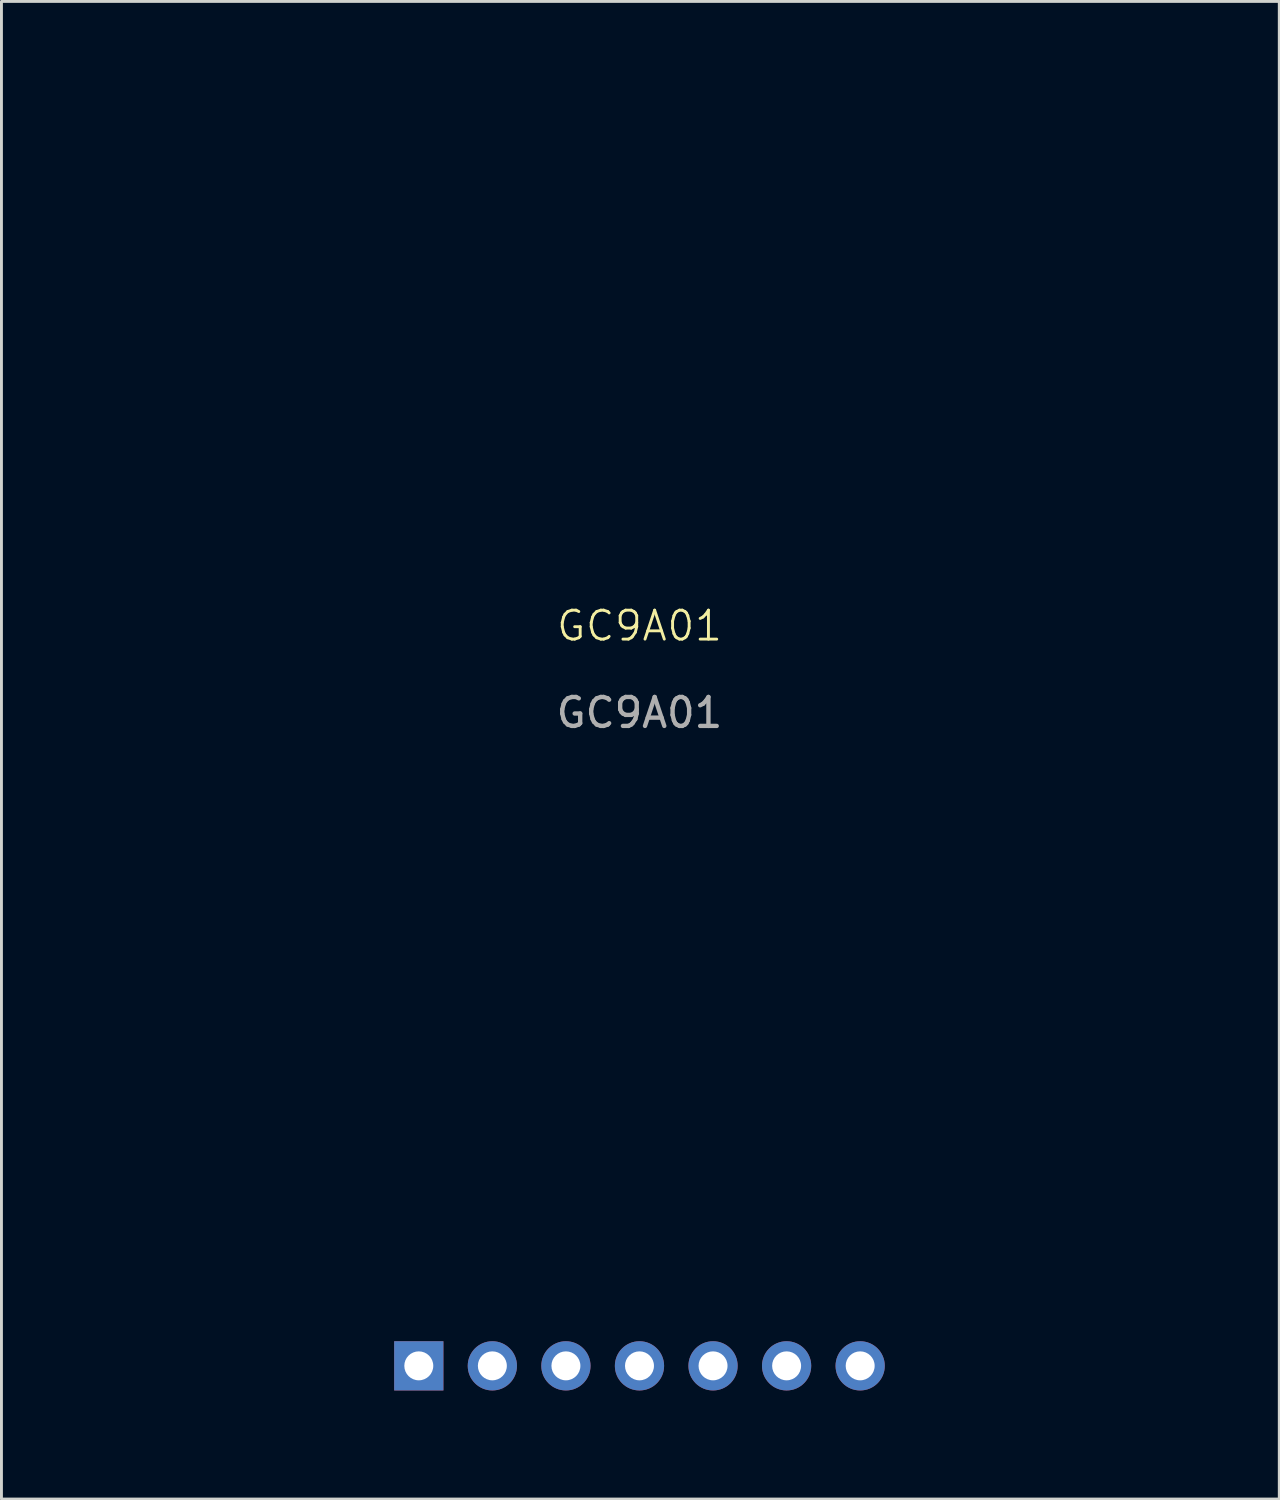
<source format=kicad_pcb>
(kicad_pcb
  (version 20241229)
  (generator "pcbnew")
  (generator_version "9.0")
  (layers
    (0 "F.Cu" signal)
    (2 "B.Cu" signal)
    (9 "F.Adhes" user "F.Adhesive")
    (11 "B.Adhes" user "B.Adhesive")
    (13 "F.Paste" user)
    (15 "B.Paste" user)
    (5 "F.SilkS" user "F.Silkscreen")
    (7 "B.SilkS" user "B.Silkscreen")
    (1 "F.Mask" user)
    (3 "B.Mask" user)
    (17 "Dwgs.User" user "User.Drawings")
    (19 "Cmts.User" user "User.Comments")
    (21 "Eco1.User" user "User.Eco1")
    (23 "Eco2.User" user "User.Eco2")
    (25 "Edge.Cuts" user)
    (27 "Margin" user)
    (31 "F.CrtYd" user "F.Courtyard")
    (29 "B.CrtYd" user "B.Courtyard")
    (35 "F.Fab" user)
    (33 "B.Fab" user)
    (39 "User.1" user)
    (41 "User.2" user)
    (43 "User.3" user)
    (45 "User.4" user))
  (footprint "GC9A01"
    (layer "F.Cu")
    (at 19.03 19.06)
    (property "Reference" "GC9A01" (at 0 -0.5 0) (unlocked yes) (layer "F.SilkS") (effects (font (size 1 1) (thickness 0.1))))
    (attr through_hole)
    (fp_rect (start -10.99 15.58) (end 11.17 26.6) (stroke (width 0.1) (type default)) (fill no) (layer "Eco1.User"))
    (fp_circle (center 0.03 0) (end 19.04 0) (stroke (width 0.1) (type default)) (fill no) (layer "Eco1.User"))
    (fp_text user "${REFERENCE}" (at 0 2.5 0) (unlocked yes) (layer "F.Fab") (effects (font (size 1 1) (thickness 0.15))))
    (pad "1" thru_hole rect (at -7.62 25.05 90) (size 1.7 1.7) (drill 1) (layers "*.Cu" "*.Mask"))
    (pad "2" thru_hole oval (at -5.08 25.05 90) (size 1.7 1.7) (drill 1) (layers "*.Cu" "*.Mask"))
    (pad "3" thru_hole oval (at -2.54 25.05 90) (size 1.7 1.7) (drill 1) (layers "*.Cu" "*.Mask"))
    (pad "4" thru_hole oval (at 0 25.05 90) (size 1.7 1.7) (drill 1) (layers "*.Cu" "*.Mask"))
    (pad "5" thru_hole oval (at 2.54 25.05 90) (size 1.7 1.7) (drill 1) (layers "*.Cu" "*.Mask"))
    (pad "6" thru_hole oval (at 5.08 25.05 90) (size 1.7 1.7) (drill 1) (layers "*.Cu" "*.Mask"))
    (pad "7" thru_hole oval (at 7.62 25.05 90) (size 1.7 1.7) (drill 1) (layers "*.Cu" "*.Mask")))
  (gr_rect
    (start -3 -3)
    (end 41.121 48.71)
    (stroke (width 0.1) (type default))
    (fill no)
    (layer "Edge.Cuts")))
</source>
